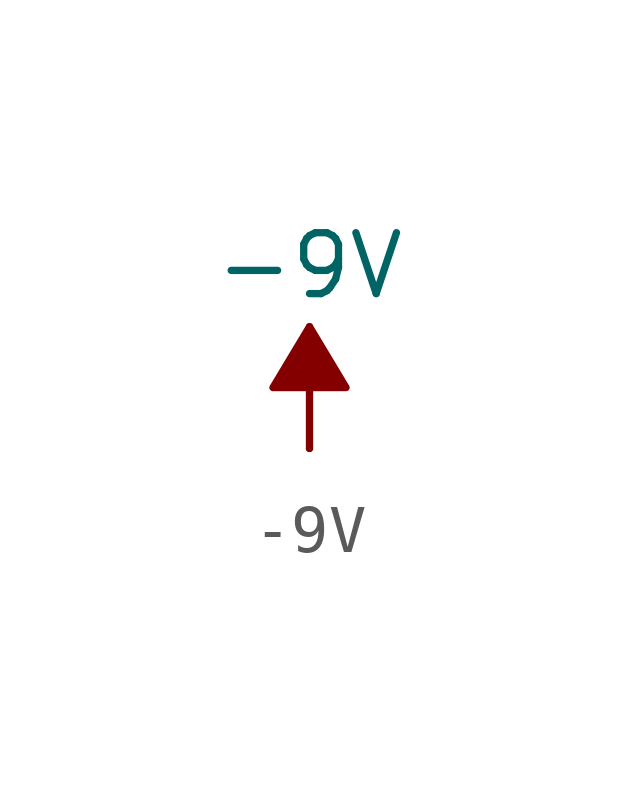
<source format=kicad_sym>
(kicad_symbol_lib
  (version 20231120)
  (generator "kicad_symbol_editor")
  (generator_version "8.0")
  (symbol "-9V"
    (power)
    (pin_numbers hide)
    (pin_names
      (offset 0) hide)
    (property "Reference" "#PWR"
      (at 0 -3.175 0)
      (effects (font (size 1.27 1.27)) (hide yes)))
    (property "Value" "-9V"
      (at 0 3.81 0)
      (effects (font (size 1.27 1.27))))
    (symbol "-9V_0_1"
      (polyline (pts (xy 0 0) (xy 0 2.54)) (stroke (width 0) (type default)) (fill (type none)))
      (polyline (pts (xy 0.762 1.27) (xy -0.762 1.27) (xy 0 2.54) (xy 0.762 1.27)) (stroke (width 0) (type default)) (fill (type outline))))
    (symbol "-9V_1_1"
      (pin power_in line (at 0 0 90) (length 0) (name "~" (effects (font (size 1.27 1.27)))) (number "1" (effects (font (size 1.27 1.27))))))))
</source>
